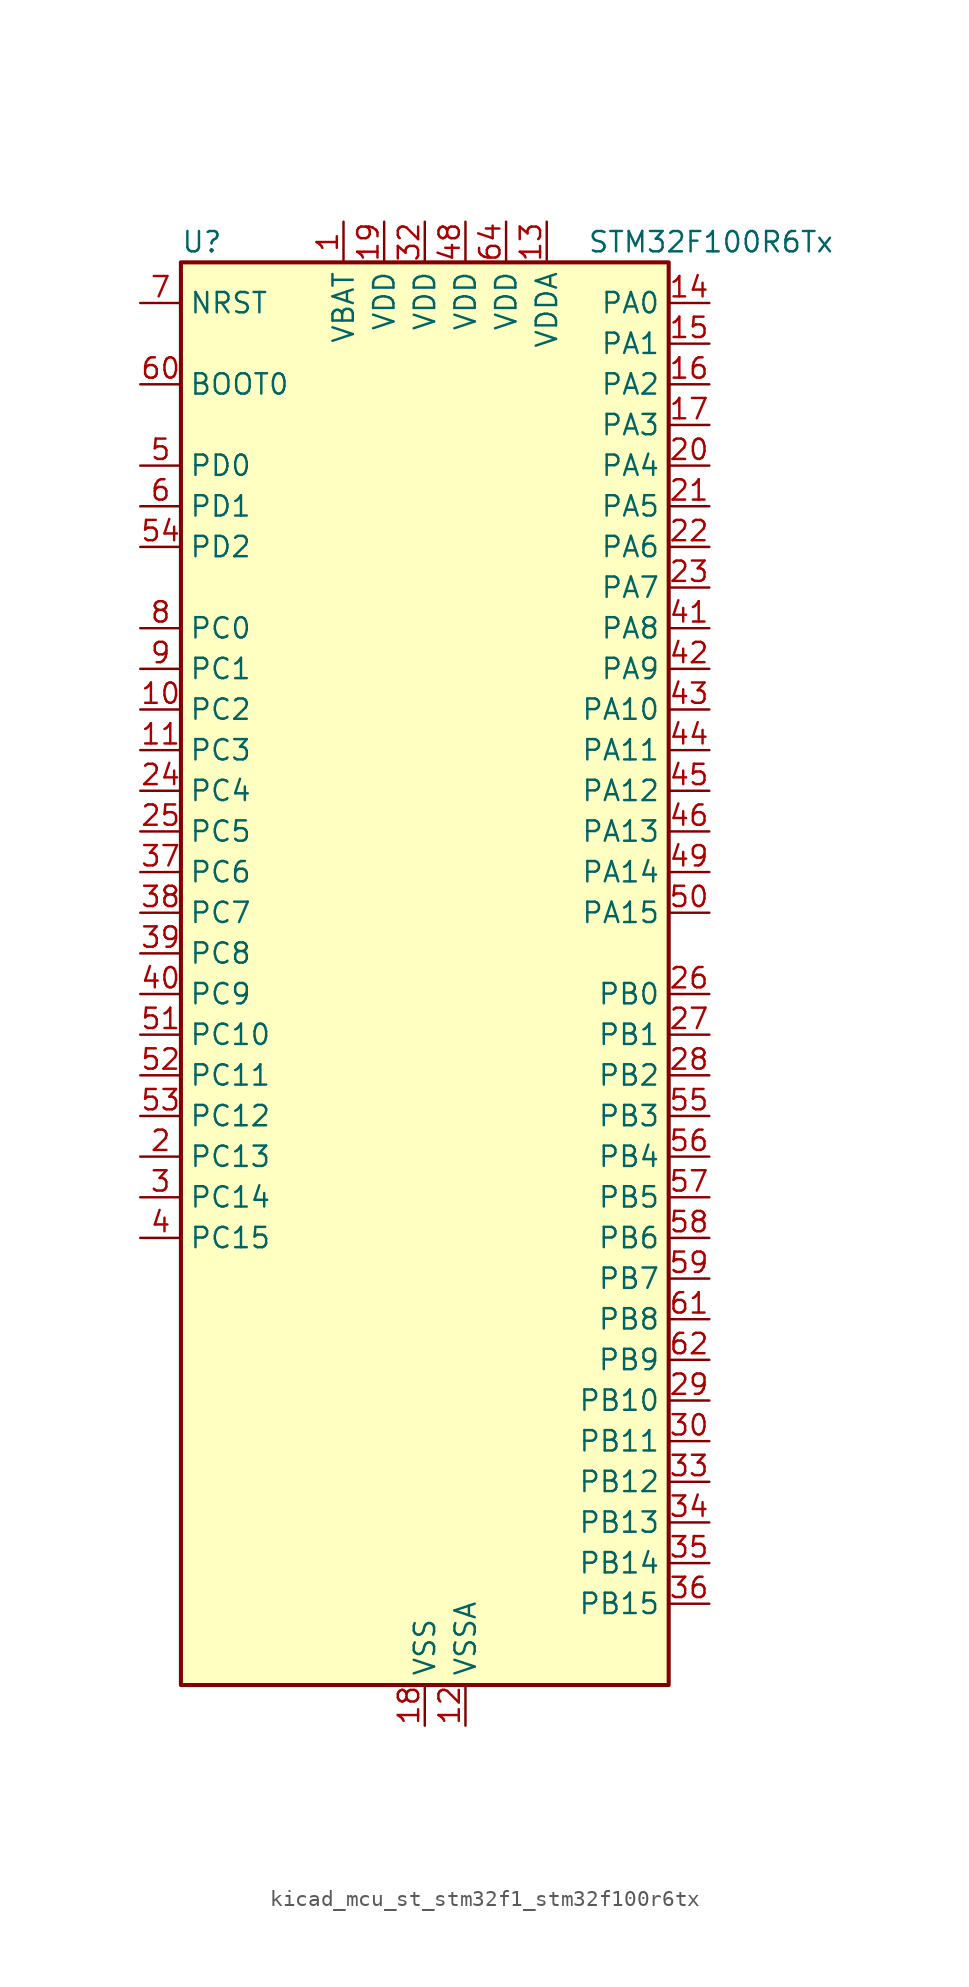
<source format=kicad_sym>
(kicad_symbol_lib
  (version 20220914)
  (generator kicad_symbol_editor)
  (symbol "kicad_mcu_st_stm32f1_stm32f100r6tx"
    (property "Reference" "U"
      (at -15.24 46.99 0)
      (effects (font (size 1.27 1.27)) (justify left)))
    (property "Value" "STM32F100R6Tx"
      (at 10.16 46.99 0)
      (effects (font (size 1.27 1.27)) (justify left)))
    (property "ki_locked" ""
      (at 0 0 0)
      (effects (font (size 1.27 1.27))))
    (symbol "kicad_mcu_st_stm32f1_stm32f100r6tx_0_1"
      (rectangle (start -15.24 -43.18) (end 15.24 45.72) (stroke (width 0.254) (type default)) (fill (type background))))
    (symbol "kicad_mcu_st_stm32f1_stm32f100r6tx_1_1"
      (pin power_in line (at -5.08 48.26 270) (length 2.54) (name "VBAT" (effects (font (size 1.27 1.27)))) (number "1" (effects (font (size 1.27 1.27)))))
      (pin bidirectional line (at -17.78 17.78 0) (length 2.54) (name "PC2" (effects (font (size 1.27 1.27)))) (number "10" (effects (font (size 1.27 1.27)))) (alternate "ADC1_IN12" bidirectional line))
      (pin bidirectional line (at -17.78 15.24 0) (length 2.54) (name "PC3" (effects (font (size 1.27 1.27)))) (number "11" (effects (font (size 1.27 1.27)))) (alternate "ADC1_IN13" bidirectional line))
      (pin power_in line (at 2.54 -45.72 90) (length 2.54) (name "VSSA" (effects (font (size 1.27 1.27)))) (number "12" (effects (font (size 1.27 1.27)))))
      (pin power_in line (at 7.62 48.26 270) (length 2.54) (name "VDDA" (effects (font (size 1.27 1.27)))) (number "13" (effects (font (size 1.27 1.27)))))
      (pin bidirectional line (at 17.78 43.18 180) (length 2.54) (name "PA0" (effects (font (size 1.27 1.27)))) (number "14" (effects (font (size 1.27 1.27)))) (alternate "ADC1_IN0" bidirectional line) (alternate "SYS_WKUP" bidirectional line) (alternate "TIM2_CH1" bidirectional line) (alternate "TIM2_ETR" bidirectional line) (alternate "USART2_CTS" bidirectional line))
      (pin bidirectional line (at 17.78 40.64 180) (length 2.54) (name "PA1" (effects (font (size 1.27 1.27)))) (number "15" (effects (font (size 1.27 1.27)))) (alternate "ADC1_IN1" bidirectional line) (alternate "TIM2_CH2" bidirectional line) (alternate "USART2_RTS" bidirectional line))
      (pin bidirectional line (at 17.78 38.1 180) (length 2.54) (name "PA2" (effects (font (size 1.27 1.27)))) (number "16" (effects (font (size 1.27 1.27)))) (alternate "ADC1_IN2" bidirectional line) (alternate "TIM15_CH1" bidirectional line) (alternate "TIM2_CH3" bidirectional line) (alternate "USART2_TX" bidirectional line))
      (pin bidirectional line (at 17.78 35.56 180) (length 2.54) (name "PA3" (effects (font (size 1.27 1.27)))) (number "17" (effects (font (size 1.27 1.27)))) (alternate "ADC1_IN3" bidirectional line) (alternate "TIM15_CH2" bidirectional line) (alternate "TIM2_CH4" bidirectional line) (alternate "USART2_RX" bidirectional line))
      (pin power_in line (at 0 -45.72 90) (length 2.54) (name "VSS" (effects (font (size 1.27 1.27)))) (number "18" (effects (font (size 1.27 1.27)))))
      (pin power_in line (at -2.54 48.26 270) (length 2.54) (name "VDD" (effects (font (size 1.27 1.27)))) (number "19" (effects (font (size 1.27 1.27)))))
      (pin bidirectional line (at -17.78 -10.16 0) (length 2.54) (name "PC13" (effects (font (size 1.27 1.27)))) (number "2" (effects (font (size 1.27 1.27)))) (alternate "RTC_OUT" bidirectional line) (alternate "RTC_TAMPER" bidirectional line))
      (pin bidirectional line (at 17.78 33.02 180) (length 2.54) (name "PA4" (effects (font (size 1.27 1.27)))) (number "20" (effects (font (size 1.27 1.27)))) (alternate "ADC1_IN4" bidirectional line) (alternate "DAC_OUT1" bidirectional line) (alternate "SPI1_NSS" bidirectional line) (alternate "USART2_CK" bidirectional line))
      (pin bidirectional line (at 17.78 30.48 180) (length 2.54) (name "PA5" (effects (font (size 1.27 1.27)))) (number "21" (effects (font (size 1.27 1.27)))) (alternate "ADC1_IN5" bidirectional line) (alternate "DAC_OUT2" bidirectional line) (alternate "SPI1_SCK" bidirectional line))
      (pin bidirectional line (at 17.78 27.94 180) (length 2.54) (name "PA6" (effects (font (size 1.27 1.27)))) (number "22" (effects (font (size 1.27 1.27)))) (alternate "ADC1_IN6" bidirectional line) (alternate "SPI1_MISO" bidirectional line) (alternate "TIM16_CH1" bidirectional line) (alternate "TIM1_BKIN" bidirectional line) (alternate "TIM3_CH1" bidirectional line))
      (pin bidirectional line (at 17.78 25.4 180) (length 2.54) (name "PA7" (effects (font (size 1.27 1.27)))) (number "23" (effects (font (size 1.27 1.27)))) (alternate "ADC1_IN7" bidirectional line) (alternate "SPI1_MOSI" bidirectional line) (alternate "TIM17_CH1" bidirectional line) (alternate "TIM1_CH1N" bidirectional line) (alternate "TIM3_CH2" bidirectional line))
      (pin bidirectional line (at -17.78 12.7 0) (length 2.54) (name "PC4" (effects (font (size 1.27 1.27)))) (number "24" (effects (font (size 1.27 1.27)))) (alternate "ADC1_IN14" bidirectional line))
      (pin bidirectional line (at -17.78 10.16 0) (length 2.54) (name "PC5" (effects (font (size 1.27 1.27)))) (number "25" (effects (font (size 1.27 1.27)))) (alternate "ADC1_IN15" bidirectional line))
      (pin bidirectional line (at 17.78 0 180) (length 2.54) (name "PB0" (effects (font (size 1.27 1.27)))) (number "26" (effects (font (size 1.27 1.27)))) (alternate "ADC1_IN8" bidirectional line) (alternate "TIM1_CH2N" bidirectional line) (alternate "TIM3_CH3" bidirectional line))
      (pin bidirectional line (at 17.78 -2.54 180) (length 2.54) (name "PB1" (effects (font (size 1.27 1.27)))) (number "27" (effects (font (size 1.27 1.27)))) (alternate "ADC1_IN9" bidirectional line) (alternate "TIM1_CH3N" bidirectional line) (alternate "TIM3_CH4" bidirectional line))
      (pin bidirectional line (at 17.78 -5.08 180) (length 2.54) (name "PB2" (effects (font (size 1.27 1.27)))) (number "28" (effects (font (size 1.27 1.27)))))
      (pin bidirectional line (at 17.78 -25.4 180) (length 2.54) (name "PB10" (effects (font (size 1.27 1.27)))) (number "29" (effects (font (size 1.27 1.27)))) (alternate "CEC" bidirectional line) (alternate "TIM2_CH3" bidirectional line))
      (pin bidirectional line (at -17.78 -12.7 0) (length 2.54) (name "PC14" (effects (font (size 1.27 1.27)))) (number "3" (effects (font (size 1.27 1.27)))) (alternate "RCC_OSC32_IN" bidirectional line))
      (pin bidirectional line (at 17.78 -27.94 180) (length 2.54) (name "PB11" (effects (font (size 1.27 1.27)))) (number "30" (effects (font (size 1.27 1.27)))) (alternate "ADC1_EXTI11" bidirectional line) (alternate "TIM2_CH4" bidirectional line))
      (pin passive line (at 0 -45.72 90) (length 2.54) hide (name "VSS" (effects (font (size 1.27 1.27)))) (number "31" (effects (font (size 1.27 1.27)))))
      (pin power_in line (at 0 48.26 270) (length 2.54) (name "VDD" (effects (font (size 1.27 1.27)))) (number "32" (effects (font (size 1.27 1.27)))))
      (pin bidirectional line (at 17.78 -30.48 180) (length 2.54) (name "PB12" (effects (font (size 1.27 1.27)))) (number "33" (effects (font (size 1.27 1.27)))) (alternate "TIM1_BKIN" bidirectional line))
      (pin bidirectional line (at 17.78 -33.02 180) (length 2.54) (name "PB13" (effects (font (size 1.27 1.27)))) (number "34" (effects (font (size 1.27 1.27)))) (alternate "TIM1_CH1N" bidirectional line))
      (pin bidirectional line (at 17.78 -35.56 180) (length 2.54) (name "PB14" (effects (font (size 1.27 1.27)))) (number "35" (effects (font (size 1.27 1.27)))) (alternate "TIM15_CH1" bidirectional line) (alternate "TIM1_CH2N" bidirectional line))
      (pin bidirectional line (at 17.78 -38.1 180) (length 2.54) (name "PB15" (effects (font (size 1.27 1.27)))) (number "36" (effects (font (size 1.27 1.27)))) (alternate "ADC1_EXTI15" bidirectional line) (alternate "TIM15_CH1N" bidirectional line) (alternate "TIM15_CH2" bidirectional line) (alternate "TIM1_CH3N" bidirectional line))
      (pin bidirectional line (at -17.78 7.62 0) (length 2.54) (name "PC6" (effects (font (size 1.27 1.27)))) (number "37" (effects (font (size 1.27 1.27)))) (alternate "TIM3_CH1" bidirectional line))
      (pin bidirectional line (at -17.78 5.08 0) (length 2.54) (name "PC7" (effects (font (size 1.27 1.27)))) (number "38" (effects (font (size 1.27 1.27)))) (alternate "TIM3_CH2" bidirectional line))
      (pin bidirectional line (at -17.78 2.54 0) (length 2.54) (name "PC8" (effects (font (size 1.27 1.27)))) (number "39" (effects (font (size 1.27 1.27)))) (alternate "TIM3_CH3" bidirectional line))
      (pin bidirectional line (at -17.78 -15.24 0) (length 2.54) (name "PC15" (effects (font (size 1.27 1.27)))) (number "4" (effects (font (size 1.27 1.27)))) (alternate "ADC1_EXTI15" bidirectional line) (alternate "RCC_OSC32_OUT" bidirectional line))
      (pin bidirectional line (at -17.78 0 0) (length 2.54) (name "PC9" (effects (font (size 1.27 1.27)))) (number "40" (effects (font (size 1.27 1.27)))) (alternate "DAC_EXTI9" bidirectional line) (alternate "TIM3_CH4" bidirectional line))
      (pin bidirectional line (at 17.78 22.86 180) (length 2.54) (name "PA8" (effects (font (size 1.27 1.27)))) (number "41" (effects (font (size 1.27 1.27)))) (alternate "RCC_MCO" bidirectional line) (alternate "TIM1_CH1" bidirectional line) (alternate "USART1_CK" bidirectional line))
      (pin bidirectional line (at 17.78 20.32 180) (length 2.54) (name "PA9" (effects (font (size 1.27 1.27)))) (number "42" (effects (font (size 1.27 1.27)))) (alternate "DAC_EXTI9" bidirectional line) (alternate "TIM15_BKIN" bidirectional line) (alternate "TIM1_CH2" bidirectional line) (alternate "USART1_TX" bidirectional line))
      (pin bidirectional line (at 17.78 17.78 180) (length 2.54) (name "PA10" (effects (font (size 1.27 1.27)))) (number "43" (effects (font (size 1.27 1.27)))) (alternate "TIM17_BKIN" bidirectional line) (alternate "TIM1_CH3" bidirectional line) (alternate "USART1_RX" bidirectional line))
      (pin bidirectional line (at 17.78 15.24 180) (length 2.54) (name "PA11" (effects (font (size 1.27 1.27)))) (number "44" (effects (font (size 1.27 1.27)))) (alternate "ADC1_EXTI11" bidirectional line) (alternate "TIM1_CH4" bidirectional line) (alternate "USART1_CTS" bidirectional line))
      (pin bidirectional line (at 17.78 12.7 180) (length 2.54) (name "PA12" (effects (font (size 1.27 1.27)))) (number "45" (effects (font (size 1.27 1.27)))) (alternate "TIM1_ETR" bidirectional line) (alternate "USART1_RTS" bidirectional line))
      (pin bidirectional line (at 17.78 10.16 180) (length 2.54) (name "PA13" (effects (font (size 1.27 1.27)))) (number "46" (effects (font (size 1.27 1.27)))) (alternate "SYS_JTMS-SWDIO" bidirectional line))
      (pin passive line (at 0 -45.72 90) (length 2.54) hide (name "VSS" (effects (font (size 1.27 1.27)))) (number "47" (effects (font (size 1.27 1.27)))))
      (pin power_in line (at 2.54 48.26 270) (length 2.54) (name "VDD" (effects (font (size 1.27 1.27)))) (number "48" (effects (font (size 1.27 1.27)))))
      (pin bidirectional line (at 17.78 7.62 180) (length 2.54) (name "PA14" (effects (font (size 1.27 1.27)))) (number "49" (effects (font (size 1.27 1.27)))) (alternate "SYS_JTCK-SWCLK" bidirectional line))
      (pin bidirectional line (at -17.78 33.02 0) (length 2.54) (name "PD0" (effects (font (size 1.27 1.27)))) (number "5" (effects (font (size 1.27 1.27)))) (alternate "RCC_OSC_IN" bidirectional line))
      (pin bidirectional line (at 17.78 5.08 180) (length 2.54) (name "PA15" (effects (font (size 1.27 1.27)))) (number "50" (effects (font (size 1.27 1.27)))) (alternate "ADC1_EXTI15" bidirectional line) (alternate "SPI1_NSS" bidirectional line) (alternate "SYS_JTDI" bidirectional line) (alternate "TIM2_CH1" bidirectional line) (alternate "TIM2_ETR" bidirectional line))
      (pin bidirectional line (at -17.78 -2.54 0) (length 2.54) (name "PC10" (effects (font (size 1.27 1.27)))) (number "51" (effects (font (size 1.27 1.27)))))
      (pin bidirectional line (at -17.78 -5.08 0) (length 2.54) (name "PC11" (effects (font (size 1.27 1.27)))) (number "52" (effects (font (size 1.27 1.27)))) (alternate "ADC1_EXTI11" bidirectional line))
      (pin bidirectional line (at -17.78 -7.62 0) (length 2.54) (name "PC12" (effects (font (size 1.27 1.27)))) (number "53" (effects (font (size 1.27 1.27)))))
      (pin bidirectional line (at -17.78 27.94 0) (length 2.54) (name "PD2" (effects (font (size 1.27 1.27)))) (number "54" (effects (font (size 1.27 1.27)))) (alternate "TIM3_ETR" bidirectional line))
      (pin bidirectional line (at 17.78 -7.62 180) (length 2.54) (name "PB3" (effects (font (size 1.27 1.27)))) (number "55" (effects (font (size 1.27 1.27)))) (alternate "SPI1_SCK" bidirectional line) (alternate "SYS_JTDO-TRACESWO" bidirectional line) (alternate "TIM2_CH2" bidirectional line))
      (pin bidirectional line (at 17.78 -10.16 180) (length 2.54) (name "PB4" (effects (font (size 1.27 1.27)))) (number "56" (effects (font (size 1.27 1.27)))) (alternate "SPI1_MISO" bidirectional line) (alternate "SYS_NJTRST" bidirectional line) (alternate "TIM3_CH1" bidirectional line))
      (pin bidirectional line (at 17.78 -12.7 180) (length 2.54) (name "PB5" (effects (font (size 1.27 1.27)))) (number "57" (effects (font (size 1.27 1.27)))) (alternate "I2C1_SMBA" bidirectional line) (alternate "SPI1_MOSI" bidirectional line) (alternate "TIM16_BKIN" bidirectional line) (alternate "TIM3_CH2" bidirectional line))
      (pin bidirectional line (at 17.78 -15.24 180) (length 2.54) (name "PB6" (effects (font (size 1.27 1.27)))) (number "58" (effects (font (size 1.27 1.27)))) (alternate "I2C1_SCL" bidirectional line) (alternate "TIM16_CH1N" bidirectional line) (alternate "USART1_TX" bidirectional line))
      (pin bidirectional line (at 17.78 -17.78 180) (length 2.54) (name "PB7" (effects (font (size 1.27 1.27)))) (number "59" (effects (font (size 1.27 1.27)))) (alternate "I2C1_SDA" bidirectional line) (alternate "TIM17_CH1N" bidirectional line) (alternate "USART1_RX" bidirectional line))
      (pin bidirectional line (at -17.78 30.48 0) (length 2.54) (name "PD1" (effects (font (size 1.27 1.27)))) (number "6" (effects (font (size 1.27 1.27)))) (alternate "RCC_OSC_OUT" bidirectional line))
      (pin input line (at -17.78 38.1 0) (length 2.54) (name "BOOT0" (effects (font (size 1.27 1.27)))) (number "60" (effects (font (size 1.27 1.27)))))
      (pin bidirectional line (at 17.78 -20.32 180) (length 2.54) (name "PB8" (effects (font (size 1.27 1.27)))) (number "61" (effects (font (size 1.27 1.27)))) (alternate "CEC" bidirectional line) (alternate "I2C1_SCL" bidirectional line) (alternate "TIM16_CH1" bidirectional line))
      (pin bidirectional line (at 17.78 -22.86 180) (length 2.54) (name "PB9" (effects (font (size 1.27 1.27)))) (number "62" (effects (font (size 1.27 1.27)))) (alternate "DAC_EXTI9" bidirectional line) (alternate "I2C1_SDA" bidirectional line) (alternate "TIM17_CH1" bidirectional line))
      (pin passive line (at 0 -45.72 90) (length 2.54) hide (name "VSS" (effects (font (size 1.27 1.27)))) (number "63" (effects (font (size 1.27 1.27)))))
      (pin power_in line (at 5.08 48.26 270) (length 2.54) (name "VDD" (effects (font (size 1.27 1.27)))) (number "64" (effects (font (size 1.27 1.27)))))
      (pin input line (at -17.78 43.18 0) (length 2.54) (name "NRST" (effects (font (size 1.27 1.27)))) (number "7" (effects (font (size 1.27 1.27)))))
      (pin bidirectional line (at -17.78 22.86 0) (length 2.54) (name "PC0" (effects (font (size 1.27 1.27)))) (number "8" (effects (font (size 1.27 1.27)))) (alternate "ADC1_IN10" bidirectional line))
      (pin bidirectional line (at -17.78 20.32 0) (length 2.54) (name "PC1" (effects (font (size 1.27 1.27)))) (number "9" (effects (font (size 1.27 1.27)))) (alternate "ADC1_IN11" bidirectional line)))))
</source>
